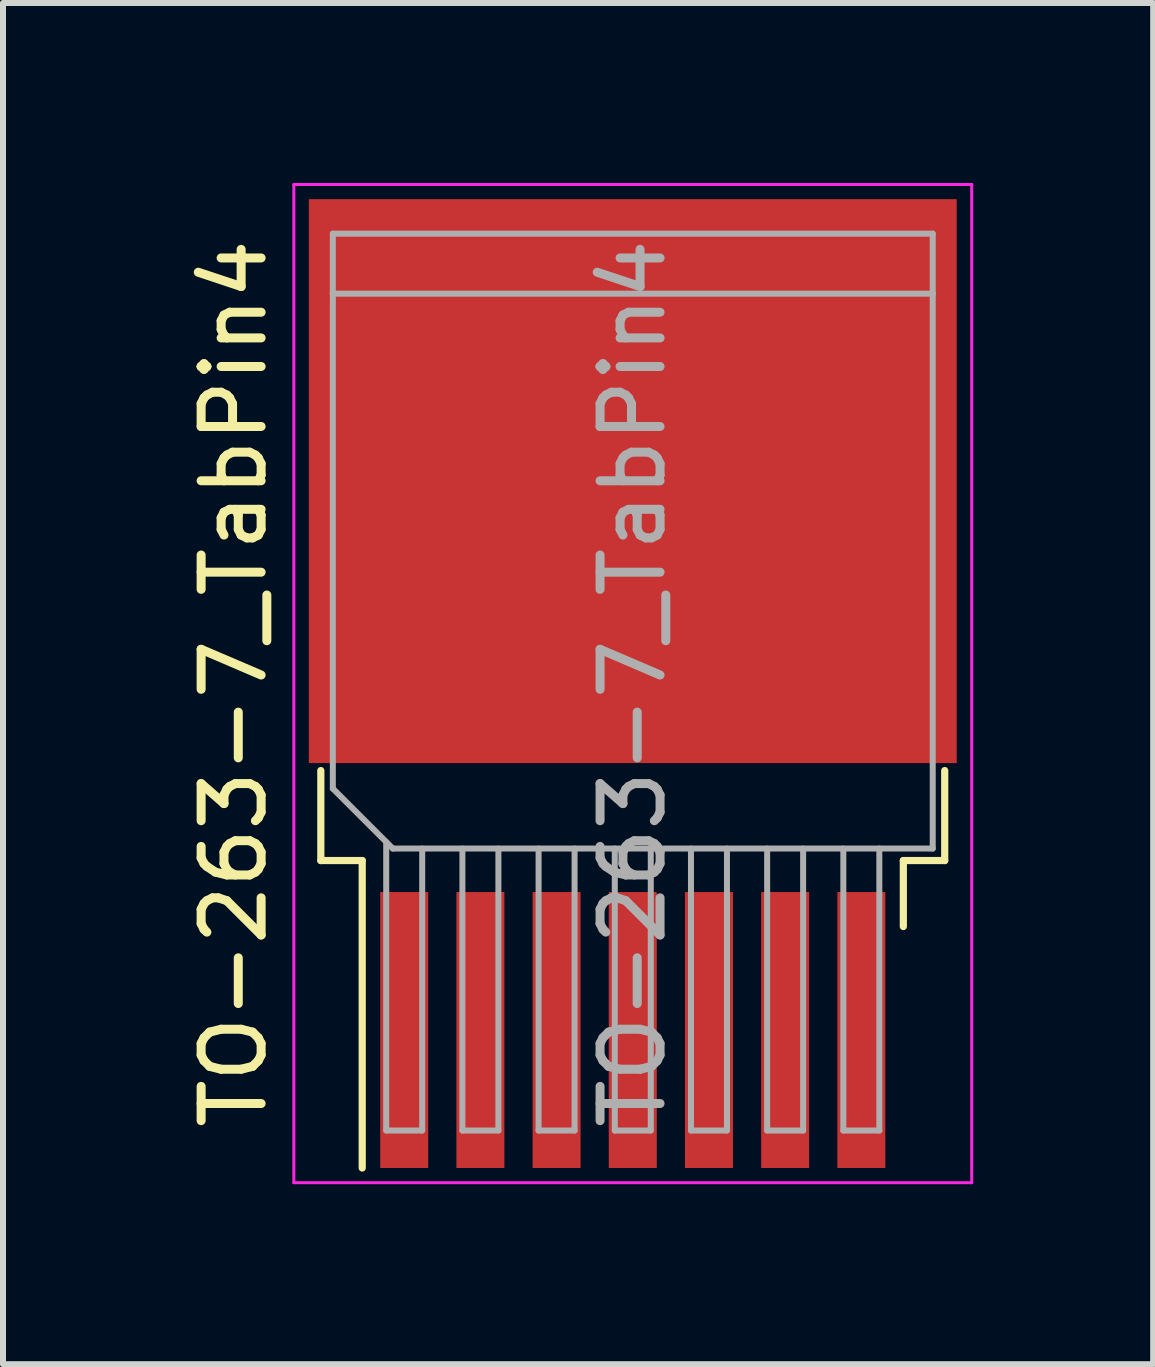
<source format=kicad_pcb>
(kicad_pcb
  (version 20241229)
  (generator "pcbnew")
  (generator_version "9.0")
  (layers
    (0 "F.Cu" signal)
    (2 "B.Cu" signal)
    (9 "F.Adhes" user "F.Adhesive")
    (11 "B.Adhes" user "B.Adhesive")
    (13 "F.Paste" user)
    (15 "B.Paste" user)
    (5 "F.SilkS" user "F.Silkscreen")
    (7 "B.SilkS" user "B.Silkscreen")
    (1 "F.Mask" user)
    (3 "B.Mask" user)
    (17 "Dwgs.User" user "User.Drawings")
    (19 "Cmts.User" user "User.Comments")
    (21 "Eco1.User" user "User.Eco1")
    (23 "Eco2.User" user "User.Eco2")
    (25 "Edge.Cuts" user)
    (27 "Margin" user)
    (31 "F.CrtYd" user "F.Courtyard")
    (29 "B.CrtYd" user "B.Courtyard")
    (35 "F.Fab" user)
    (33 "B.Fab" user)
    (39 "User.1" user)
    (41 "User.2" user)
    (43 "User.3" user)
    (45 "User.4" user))
  (footprint "TO-263-7_TabPin4"
    (layer "F.Cu")
    (at 7.161 9.711)
    (property "Reference" "TO-263-7_TabPin4" (at -6.313 -1.366 90) (layer "F.SilkS") (effects (font (size 1 1) (thickness 0.15))))
    (attr smd)
    (fp_line (start -4.863 0.084) (end -4.863 1.584) (stroke (width 0.12) (type solid)) (layer "F.SilkS"))
    (fp_line (start -4.863 1.584) (end -4.173 1.584) (stroke (width 0.12) (type solid)) (layer "F.SilkS"))
    (fp_line (start -4.173 1.584) (end -4.173 6.709) (stroke (width 0.12) (type solid)) (layer "F.SilkS"))
    (fp_line (start 4.847 1.584) (end 4.847 2.684) (stroke (width 0.12) (type solid)) (layer "F.SilkS"))
    (fp_line (start 5.537 0.084) (end 5.537 1.584) (stroke (width 0.12) (type solid)) (layer "F.SilkS"))
    (fp_line (start 5.537 1.584) (end 4.847 1.584) (stroke (width 0.12) (type solid)) (layer "F.SilkS"))
    (fp_line (start -5.313 -9.686) (end -5.313 6.954) (stroke (width 0.05) (type solid)) (layer "F.CrtYd"))
    (fp_line (start -5.313 6.954) (end 5.987 6.954) (stroke (width 0.05) (type solid)) (layer "F.CrtYd"))
    (fp_line (start 5.987 -9.686) (end -5.313 -9.686) (stroke (width 0.05) (type solid)) (layer "F.CrtYd"))
    (fp_line (start 5.987 6.954) (end 5.987 -9.686) (stroke (width 0.05) (type solid)) (layer "F.CrtYd"))
    (fp_line (start -4.663 -8.866) (end 5.337 -8.866) (stroke (width 0.1) (type solid)) (layer "F.Fab"))
    (fp_line (start -4.663 -7.866) (end -4.663 -8.866) (stroke (width 0.1) (type solid)) (layer "F.Fab"))
    (fp_line (start -4.663 -7.866) (end 5.337 -7.866) (stroke (width 0.1) (type solid)) (layer "F.Fab"))
    (fp_line (start -4.663 0.384) (end -4.663 -7.866) (stroke (width 0.1) (type solid)) (layer "F.Fab"))
    (fp_line (start -3.773 1.274) (end -3.773 6.084) (stroke (width 0.1) (type solid)) (layer "F.Fab"))
    (fp_line (start -3.773 6.084) (end -3.173 6.084) (stroke (width 0.1) (type solid)) (layer "F.Fab"))
    (fp_line (start -3.663 1.384) (end -4.663 0.384) (stroke (width 0.1) (type solid)) (layer "F.Fab"))
    (fp_line (start -3.173 6.084) (end -3.173 1.384) (stroke (width 0.1) (type solid)) (layer "F.Fab"))
    (fp_line (start -2.503 1.384) (end -2.503 6.084) (stroke (width 0.1) (type solid)) (layer "F.Fab"))
    (fp_line (start -2.503 6.084) (end -1.903 6.084) (stroke (width 0.1) (type solid)) (layer "F.Fab"))
    (fp_line (start -1.903 6.084) (end -1.903 1.384) (stroke (width 0.1) (type solid)) (layer "F.Fab"))
    (fp_line (start -1.233 1.384) (end -1.233 6.084) (stroke (width 0.1) (type solid)) (layer "F.Fab"))
    (fp_line (start -1.233 6.084) (end -0.633 6.084) (stroke (width 0.1) (type solid)) (layer "F.Fab"))
    (fp_line (start -0.633 6.084) (end -0.633 1.384) (stroke (width 0.1) (type solid)) (layer "F.Fab"))
    (fp_line (start 0.037 1.384) (end 0.037 6.084) (stroke (width 0.1) (type solid)) (layer "F.Fab"))
    (fp_line (start 0.037 6.084) (end 0.637 6.084) (stroke (width 0.1) (type solid)) (layer "F.Fab"))
    (fp_line (start 0.637 6.084) (end 0.637 1.384) (stroke (width 0.1) (type solid)) (layer "F.Fab"))
    (fp_line (start 1.307 1.384) (end 1.307 6.084) (stroke (width 0.1) (type solid)) (layer "F.Fab"))
    (fp_line (start 1.307 6.084) (end 1.907 6.084) (stroke (width 0.1) (type solid)) (layer "F.Fab"))
    (fp_line (start 1.907 6.084) (end 1.907 1.384) (stroke (width 0.1) (type solid)) (layer "F.Fab"))
    (fp_line (start 2.577 1.384) (end 2.577 6.084) (stroke (width 0.1) (type solid)) (layer "F.Fab"))
    (fp_line (start 2.577 6.084) (end 3.177 6.084) (stroke (width 0.1) (type solid)) (layer "F.Fab"))
    (fp_line (start 3.177 6.084) (end 3.177 1.384) (stroke (width 0.1) (type solid)) (layer "F.Fab"))
    (fp_line (start 3.847 1.384) (end 3.847 6.084) (stroke (width 0.1) (type solid)) (layer "F.Fab"))
    (fp_line (start 3.847 6.084) (end 4.447 6.084) (stroke (width 0.1) (type solid)) (layer "F.Fab"))
    (fp_line (start 4.447 6.084) (end 4.447 1.384) (stroke (width 0.1) (type solid)) (layer "F.Fab"))
    (fp_line (start 5.337 -8.866) (end 5.337 -7.866) (stroke (width 0.1) (type solid)) (layer "F.Fab"))
    (fp_line (start 5.337 -7.866) (end 5.337 1.384) (stroke (width 0.1) (type solid)) (layer "F.Fab"))
    (fp_line (start 5.337 1.384) (end -3.663 1.384) (stroke (width 0.1) (type solid)) (layer "F.Fab"))
    (fp_text user "${REFERENCE}" (at 0.337 -1.366 90) (layer "F.Fab") (effects (font (size 1 1) (thickness 0.15))))
    (pad "" smd rect (at -2.438 -7.166 90) (size 4.55 5.25) (layers "F.Paste"))
    (pad "" smd rect (at -2.438 -2.316 90) (size 4.55 5.25) (layers "F.Paste"))
    (pad "" smd rect (at 3.112 -7.166 90) (size 4.55 5.25) (layers "F.Paste"))
    (pad "" smd rect (at 3.112 -2.316 90) (size 4.55 5.25) (layers "F.Paste"))
    (pad "1" smd rect (at -3.473 4.409 90) (size 4.6 0.8) (layers "F.Cu" "F.Mask" "F.Paste"))
    (pad "2" smd rect (at -2.203 4.409 90) (size 4.6 0.8) (layers "F.Cu" "F.Mask" "F.Paste"))
    (pad "3" smd rect (at -0.933 4.409 90) (size 4.6 0.8) (layers "F.Cu" "F.Mask" "F.Paste"))
    (pad "4" smd rect (at 0.337 -4.741 90) (size 9.4 10.8) (layers "F.Cu" "F.Mask"))
    (pad "4" smd rect (at 0.337 4.409 90) (size 4.6 0.8) (layers "F.Cu" "F.Mask" "F.Paste"))
    (pad "5" smd rect (at 1.607 4.409 90) (size 4.6 0.8) (layers "F.Cu" "F.Mask" "F.Paste"))
    (pad "6" smd rect (at 2.877 4.409 90) (size 4.6 0.8) (layers "F.Cu" "F.Mask" "F.Paste"))
    (pad "7" smd rect (at 4.147 4.409 90) (size 4.6 0.8) (layers "F.Cu" "F.Mask" "F.Paste")))
  (gr_rect
    (start -3 -3)
    (end 16.173 19.69)
    (stroke (width 0.1) (type default))
    (fill no)
    (layer "Edge.Cuts")))
</source>
